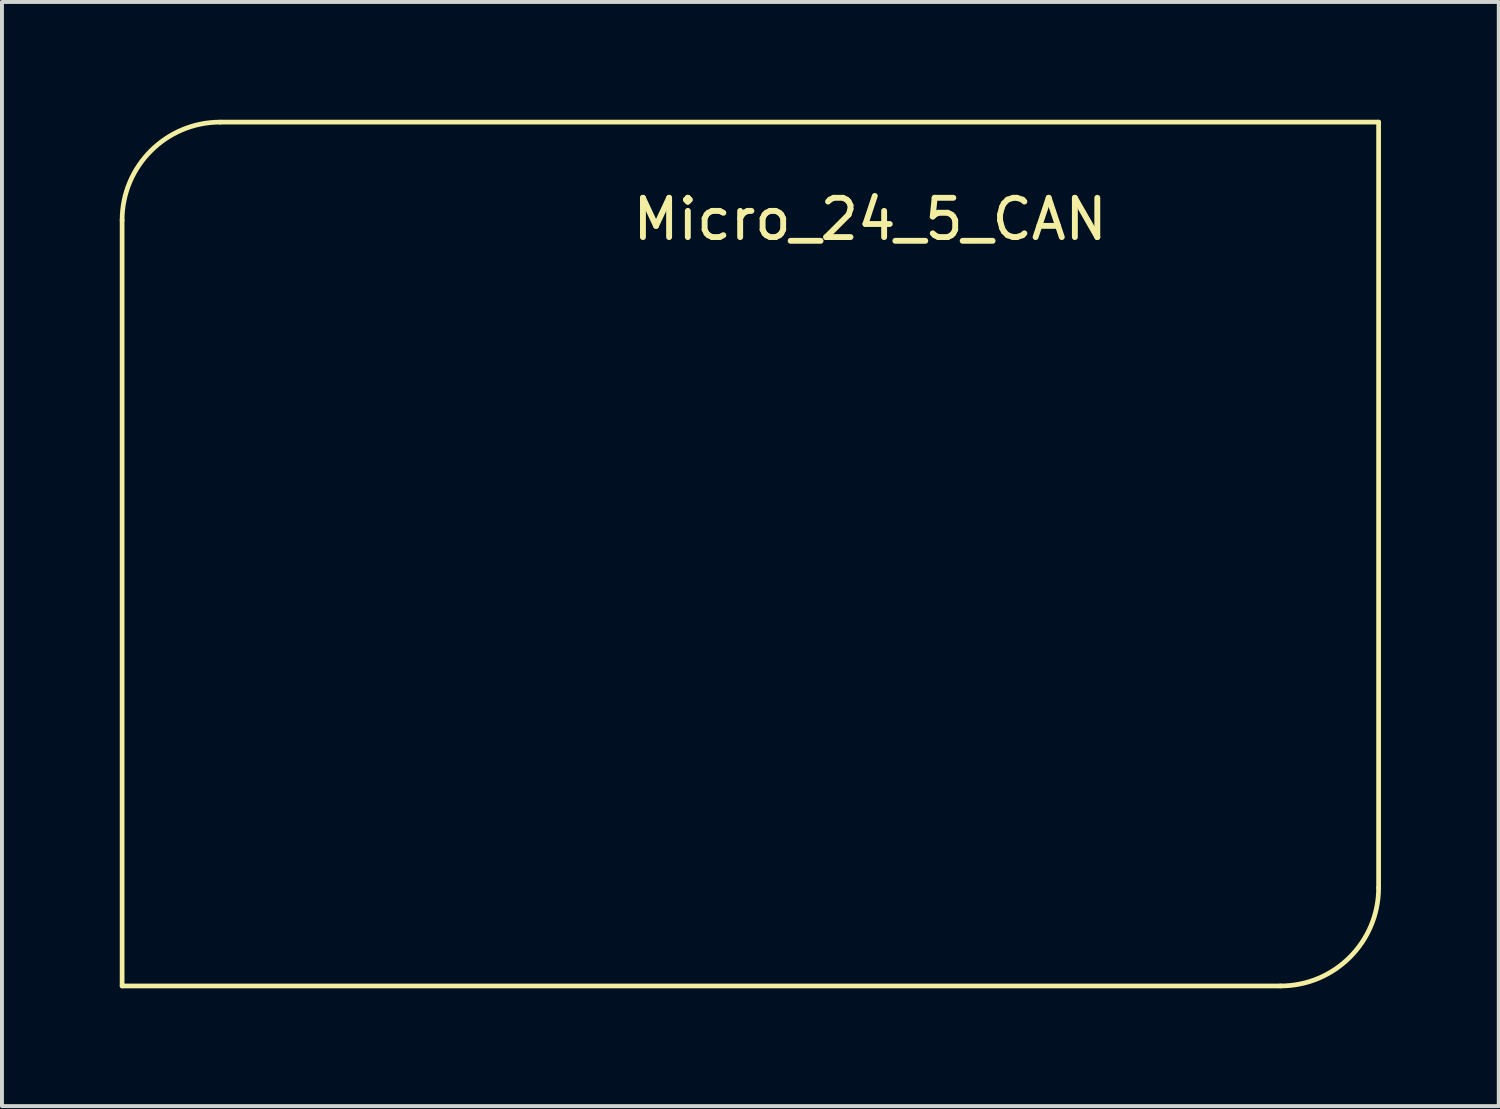
<source format=kicad_pcb>
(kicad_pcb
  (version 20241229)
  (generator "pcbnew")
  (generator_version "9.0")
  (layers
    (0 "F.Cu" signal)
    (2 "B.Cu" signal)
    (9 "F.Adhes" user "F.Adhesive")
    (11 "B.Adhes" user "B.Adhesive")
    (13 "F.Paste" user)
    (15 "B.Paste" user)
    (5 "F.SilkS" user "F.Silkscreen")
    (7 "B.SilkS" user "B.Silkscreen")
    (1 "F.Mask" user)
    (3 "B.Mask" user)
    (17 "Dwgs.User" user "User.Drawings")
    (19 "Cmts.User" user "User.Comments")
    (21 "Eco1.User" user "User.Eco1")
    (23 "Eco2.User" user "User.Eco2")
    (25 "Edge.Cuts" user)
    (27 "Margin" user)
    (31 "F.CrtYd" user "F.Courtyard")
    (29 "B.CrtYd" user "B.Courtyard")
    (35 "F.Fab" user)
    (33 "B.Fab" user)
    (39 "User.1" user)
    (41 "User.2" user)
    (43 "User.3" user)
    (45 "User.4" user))
  (footprint "Micro_24_5_CAN"
    (layer "F.Cu")
    (at 19.16 3.16)
    (property "Reference" "Micro_24_5_CAN" (at -0.05 -0.627 0) (unlocked yes) (layer "F.SilkS") (effects (font (size 1 1) (thickness 0.15))))
    (attr through_hole)
    (fp_line (start -19.1 -0.6) (end -19.1 18.9) (stroke (width 0.12) (type default)) (layer "F.SilkS"))
    (fp_line (start -19.1 18.9) (end 10.4 18.9) (stroke (width 0.12) (type default)) (layer "F.SilkS"))
    (fp_line (start 12.9 -3.1) (end -16.6 -3.1) (stroke (width 0.12) (type default)) (layer "F.SilkS"))
    (fp_line (start 12.9 16.4) (end 12.9 -3.1) (stroke (width 0.12) (type default)) (layer "F.SilkS"))
    (fp_arc (start -19.1 -0.6) (mid -18.367767 -2.367767) (end -16.6 -3.1) (stroke (width 0.12) (type default)) (layer "F.SilkS"))
    (fp_arc (start 12.9 16.4) (mid 12.167767 18.167767) (end 10.4 18.9) (stroke (width 0.12) (type default)) (layer "F.SilkS")))
  (gr_rect
    (start -3 -3)
    (end 35.12 25.12)
    (stroke (width 0.1) (type default))
    (fill no)
    (layer "Edge.Cuts")))
</source>
